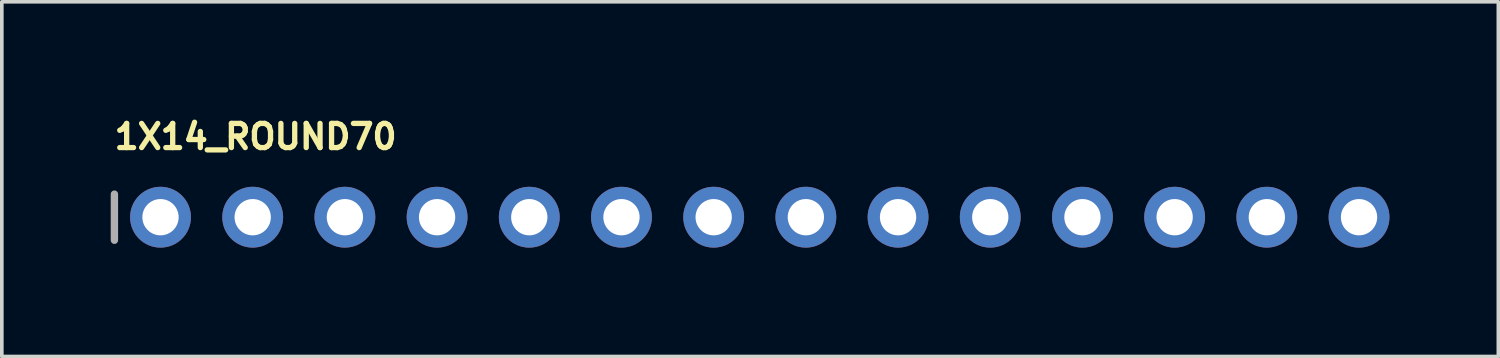
<source format=kicad_pcb>
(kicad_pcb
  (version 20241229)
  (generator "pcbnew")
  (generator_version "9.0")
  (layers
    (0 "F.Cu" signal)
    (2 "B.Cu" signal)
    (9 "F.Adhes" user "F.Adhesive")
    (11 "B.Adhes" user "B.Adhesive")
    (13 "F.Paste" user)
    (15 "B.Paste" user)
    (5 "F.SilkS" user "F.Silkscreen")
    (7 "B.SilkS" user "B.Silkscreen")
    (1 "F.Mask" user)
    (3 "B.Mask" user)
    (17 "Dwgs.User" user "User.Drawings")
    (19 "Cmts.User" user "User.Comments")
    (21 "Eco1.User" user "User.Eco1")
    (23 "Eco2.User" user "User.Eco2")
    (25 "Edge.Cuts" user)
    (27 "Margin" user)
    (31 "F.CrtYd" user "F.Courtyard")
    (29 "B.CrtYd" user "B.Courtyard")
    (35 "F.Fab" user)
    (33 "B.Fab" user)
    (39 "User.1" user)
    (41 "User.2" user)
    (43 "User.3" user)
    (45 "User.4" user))
  (footprint "1X14_ROUND70"
    (layer "F.Cu")
    (at 17.882 2.934)
    (property "Reference" "1X14_ROUND70" (at -17.856 -1.829 0) (layer "F.SilkS") (effects (font (size 0.666 0.666) (thickness 0.146)) (justify left bottom)))
    (fp_line (start -17.78 -0.635) (end -17.78 0.635) (stroke (width 0.203) (type solid)) (layer "F.Fab"))
    (fp_poly (pts (xy -16.764 0.254) (xy -16.256 0.254) (xy -16.256 -0.254) (xy -16.764 -0.254)) (stroke (width 0.1) (type solid)) (fill no) (layer "F.Fab"))
    (fp_poly (pts (xy -14.224 0.254) (xy -13.716 0.254) (xy -13.716 -0.254) (xy -14.224 -0.254)) (stroke (width 0.1) (type solid)) (fill no) (layer "F.Fab"))
    (fp_poly (pts (xy -11.684 0.254) (xy -11.176 0.254) (xy -11.176 -0.254) (xy -11.684 -0.254)) (stroke (width 0.1) (type solid)) (fill no) (layer "F.Fab"))
    (fp_poly (pts (xy -9.144 0.254) (xy -8.636 0.254) (xy -8.636 -0.254) (xy -9.144 -0.254)) (stroke (width 0.1) (type solid)) (fill no) (layer "F.Fab"))
    (fp_poly (pts (xy -6.604 0.254) (xy -6.096 0.254) (xy -6.096 -0.254) (xy -6.604 -0.254)) (stroke (width 0.1) (type solid)) (fill no) (layer "F.Fab"))
    (fp_poly (pts (xy -4.064 0.254) (xy -3.556 0.254) (xy -3.556 -0.254) (xy -4.064 -0.254)) (stroke (width 0.1) (type solid)) (fill no) (layer "F.Fab"))
    (fp_poly (pts (xy -1.524 0.254) (xy -1.016 0.254) (xy -1.016 -0.254) (xy -1.524 -0.254)) (stroke (width 0.1) (type solid)) (fill no) (layer "F.Fab"))
    (fp_poly (pts (xy 1.016 0.254) (xy 1.524 0.254) (xy 1.524 -0.254) (xy 1.016 -0.254)) (stroke (width 0.1) (type solid)) (fill no) (layer "F.Fab"))
    (fp_poly (pts (xy 3.556 0.254) (xy 4.064 0.254) (xy 4.064 -0.254) (xy 3.556 -0.254)) (stroke (width 0.1) (type solid)) (fill no) (layer "F.Fab"))
    (fp_poly (pts (xy 6.096 0.254) (xy 6.604 0.254) (xy 6.604 -0.254) (xy 6.096 -0.254)) (stroke (width 0.1) (type solid)) (fill no) (layer "F.Fab"))
    (fp_poly (pts (xy 8.636 0.254) (xy 9.144 0.254) (xy 9.144 -0.254) (xy 8.636 -0.254)) (stroke (width 0.1) (type solid)) (fill no) (layer "F.Fab"))
    (fp_poly (pts (xy 11.176 0.254) (xy 11.684 0.254) (xy 11.684 -0.254) (xy 11.176 -0.254)) (stroke (width 0.1) (type solid)) (fill no) (layer "F.Fab"))
    (fp_poly (pts (xy 13.716 0.254) (xy 14.224 0.254) (xy 14.224 -0.254) (xy 13.716 -0.254)) (stroke (width 0.1) (type solid)) (fill no) (layer "F.Fab"))
    (fp_poly (pts (xy 16.256 0.254) (xy 16.764 0.254) (xy 16.764 -0.254) (xy 16.256 -0.254)) (stroke (width 0.1) (type solid)) (fill no) (layer "F.Fab"))
    (pad "1" thru_hole circle (at -16.51 0 90) (size 1.676 1.676) (drill 1) (layers "*.Cu" "*.Mask"))
    (pad "2" thru_hole circle (at -13.97 0 90) (size 1.676 1.676) (drill 1) (layers "*.Cu" "*.Mask"))
    (pad "3" thru_hole circle (at -11.43 0 90) (size 1.676 1.676) (drill 1) (layers "*.Cu" "*.Mask"))
    (pad "4" thru_hole circle (at -8.89 0 90) (size 1.676 1.676) (drill 1) (layers "*.Cu" "*.Mask"))
    (pad "5" thru_hole circle (at -6.35 0 90) (size 1.676 1.676) (drill 1) (layers "*.Cu" "*.Mask"))
    (pad "6" thru_hole circle (at -3.81 0 90) (size 1.676 1.676) (drill 1) (layers "*.Cu" "*.Mask"))
    (pad "7" thru_hole circle (at -1.27 0 90) (size 1.676 1.676) (drill 1) (layers "*.Cu" "*.Mask"))
    (pad "8" thru_hole circle (at 1.27 0 90) (size 1.676 1.676) (drill 1) (layers "*.Cu" "*.Mask"))
    (pad "9" thru_hole circle (at 3.81 0 90) (size 1.676 1.676) (drill 1) (layers "*.Cu" "*.Mask"))
    (pad "10" thru_hole circle (at 6.35 0 90) (size 1.676 1.676) (drill 1) (layers "*.Cu" "*.Mask"))
    (pad "11" thru_hole circle (at 8.89 0 90) (size 1.676 1.676) (drill 1) (layers "*.Cu" "*.Mask"))
    (pad "12" thru_hole circle (at 11.43 0 90) (size 1.676 1.676) (drill 1) (layers "*.Cu" "*.Mask"))
    (pad "13" thru_hole circle (at 13.97 0 90) (size 1.676 1.676) (drill 1) (layers "*.Cu" "*.Mask"))
    (pad "14" thru_hole circle (at 16.51 0 90) (size 1.676 1.676) (drill 1) (layers "*.Cu" "*.Mask")))
  (gr_rect
    (start -3 -3)
    (end 38.23 6.772)
    (stroke (width 0.1) (type default))
    (fill no)
    (layer "Edge.Cuts")))
</source>
